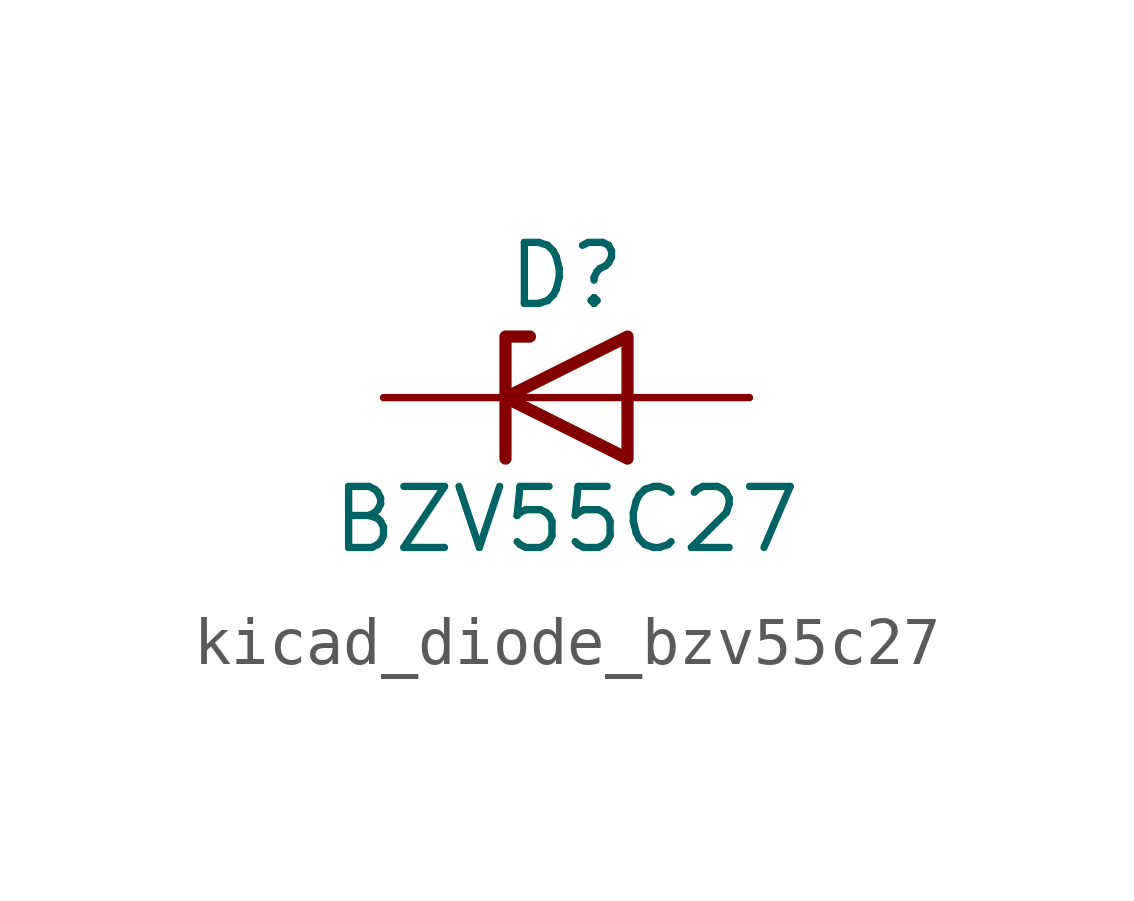
<source format=kicad_sym>
(kicad_symbol_lib
  (version 20220914)
  (generator kicad_symbol_editor)
  (symbol "kicad_diode_bzv55c27"
    (pin_numbers hide)
    (pin_names hide)
    (property "Reference" "D"
      (at 0 2.54 0)
      (effects (font (size 1.27 1.27))))
    (property "Value" "BZV55C27"
      (at 0 -2.54 0)
      (effects (font (size 1.27 1.27))))
    (symbol "kicad_diode_bzv55c27_0_1"
      (polyline (pts (xy 1.27 0) (xy -1.27 0)) (stroke (width 0) (type default)) (fill (type none)))
      (polyline (pts (xy -1.27 -1.27) (xy -1.27 1.27) (xy -0.762 1.27)) (stroke (width 0.254) (type default)) (fill (type none)))
      (polyline (pts (xy 1.27 -1.27) (xy 1.27 1.27) (xy -1.27 0) (xy 1.27 -1.27)) (stroke (width 0.254) (type default)) (fill (type none))))
    (symbol "kicad_diode_bzv55c27_1_1"
      (pin passive line (at -3.81 0 0) (length 2.54) (name "K" (effects (font (size 1.27 1.27)))) (number "1" (effects (font (size 1.27 1.27)))))
      (pin passive line (at 3.81 0 180) (length 2.54) (name "A" (effects (font (size 1.27 1.27)))) (number "2" (effects (font (size 1.27 1.27))))))))
</source>
